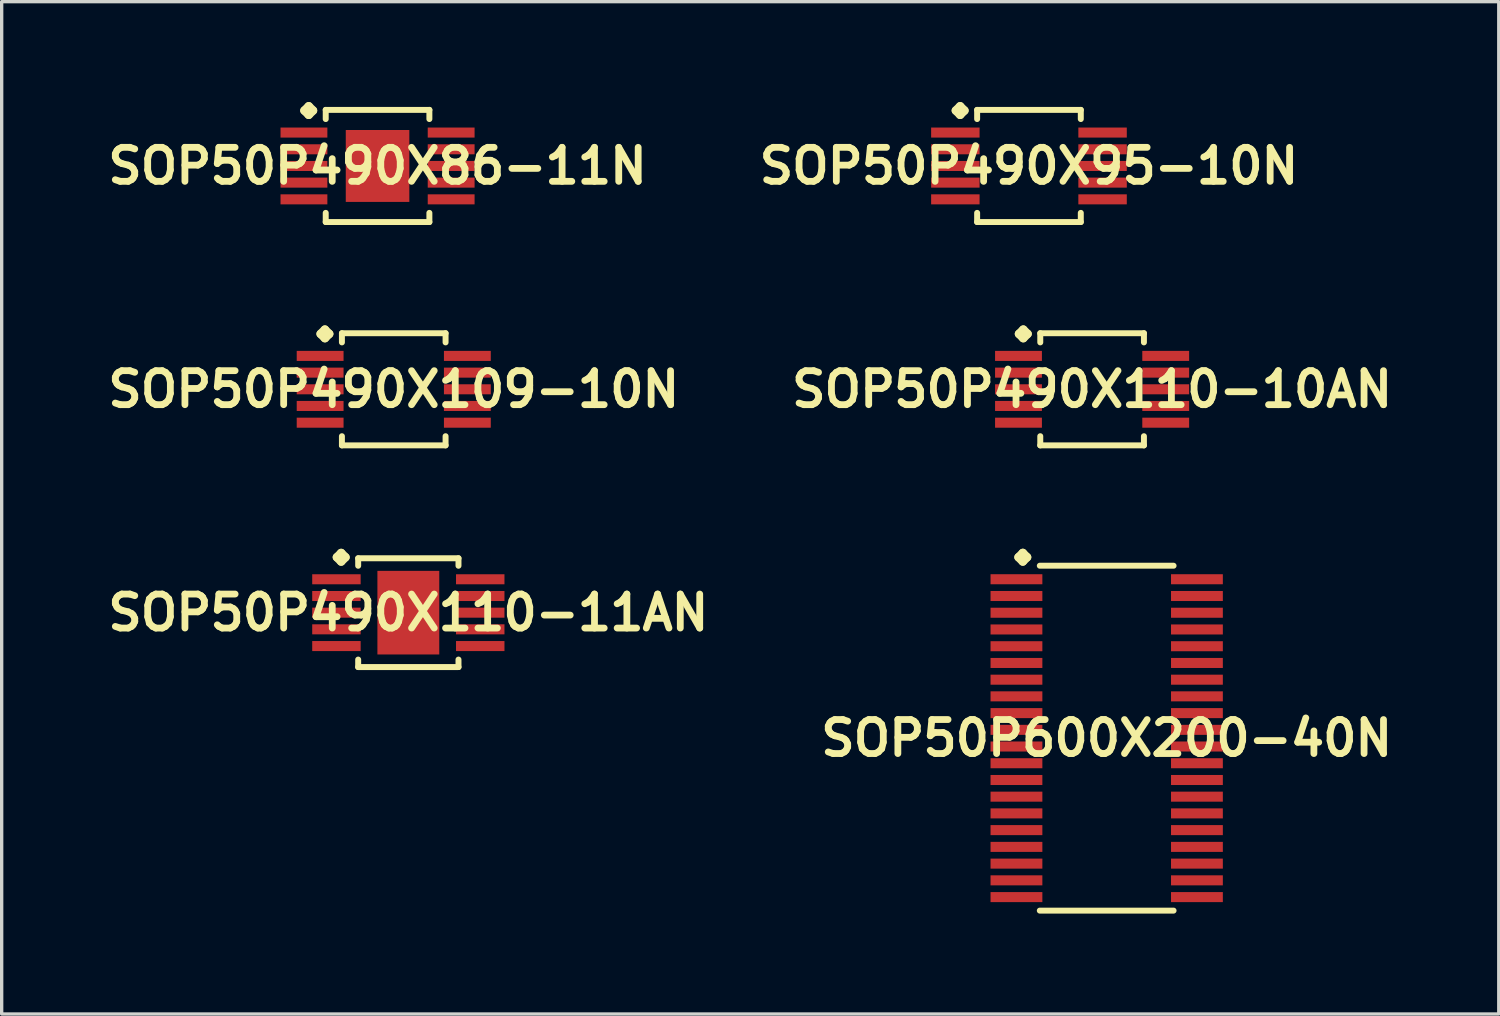
<source format=kicad_pcb>
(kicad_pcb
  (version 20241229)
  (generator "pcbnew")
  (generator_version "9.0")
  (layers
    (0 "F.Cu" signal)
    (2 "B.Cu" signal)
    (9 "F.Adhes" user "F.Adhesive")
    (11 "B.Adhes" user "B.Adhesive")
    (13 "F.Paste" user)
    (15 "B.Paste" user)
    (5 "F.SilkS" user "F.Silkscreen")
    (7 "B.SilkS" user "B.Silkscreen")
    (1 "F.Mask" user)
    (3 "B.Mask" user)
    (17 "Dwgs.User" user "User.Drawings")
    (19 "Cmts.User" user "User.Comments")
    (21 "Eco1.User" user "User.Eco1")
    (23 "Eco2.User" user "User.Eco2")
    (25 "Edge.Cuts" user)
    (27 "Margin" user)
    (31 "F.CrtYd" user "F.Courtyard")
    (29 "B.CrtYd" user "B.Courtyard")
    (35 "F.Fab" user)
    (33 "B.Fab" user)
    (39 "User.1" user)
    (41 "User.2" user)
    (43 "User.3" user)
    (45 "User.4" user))
  (footprint "SOP50P490X110-11AN"
    (layer "F.Cu")
    (at 9.154 15.261)
    (property "Reference" "SOP50P490X110-11AN" (at 0 0 0) (layer "F.SilkS") (effects (font (size 1.016 1.016) (thickness 0.203))))
    (attr smd)
    (fp_line (start -2.134 -1.656) (end -2.007 -1.783) (stroke (width 0.254) (type solid)) (layer "F.SilkS"))
    (fp_line (start -2.007 -1.783) (end -1.88 -1.656) (stroke (width 0.254) (type solid)) (layer "F.SilkS"))
    (fp_line (start -2.007 -1.529) (end -2.134 -1.656) (stroke (width 0.254) (type solid)) (layer "F.SilkS"))
    (fp_line (start -1.88 -1.656) (end -2.007 -1.529) (stroke (width 0.254) (type solid)) (layer "F.SilkS"))
    (fp_line (start -1.499 -1.626) (end 1.499 -1.626) (stroke (width 0.178) (type solid)) (layer "F.SilkS"))
    (fp_line (start -1.499 -1.402) (end -1.499 -1.626) (stroke (width 0.178) (type solid)) (layer "F.SilkS"))
    (fp_line (start -1.499 1.402) (end -1.499 1.626) (stroke (width 0.178) (type solid)) (layer "F.SilkS"))
    (fp_line (start -1.499 1.626) (end 1.499 1.626) (stroke (width 0.178) (type solid)) (layer "F.SilkS"))
    (fp_line (start 1.499 -1.626) (end 1.499 -1.402) (stroke (width 0.178) (type solid)) (layer "F.SilkS"))
    (fp_line (start 1.499 1.626) (end 1.499 1.402) (stroke (width 0.178) (type solid)) (layer "F.SilkS"))
    (pad "1" smd rect (at -2.149 -0.998) (size 1.448 0.3) (layers "F.Cu" "F.Mask" "F.Paste"))
    (pad "2" smd rect (at -2.149 -0.498) (size 1.448 0.3) (layers "F.Cu" "F.Mask" "F.Paste"))
    (pad "3" smd rect (at -2.149 0) (size 1.448 0.3) (layers "F.Cu" "F.Mask" "F.Paste"))
    (pad "4" smd rect (at -2.149 0.498) (size 1.448 0.3) (layers "F.Cu" "F.Mask" "F.Paste"))
    (pad "5" smd rect (at -2.149 0.998) (size 1.448 0.3) (layers "F.Cu" "F.Mask" "F.Paste"))
    (pad "6" smd rect (at 2.149 0.998) (size 1.448 0.3) (layers "F.Cu" "F.Mask" "F.Paste"))
    (pad "7" smd rect (at 2.149 0.498) (size 1.448 0.3) (layers "F.Cu" "F.Mask" "F.Paste"))
    (pad "8" smd rect (at 2.149 0) (size 1.448 0.3) (layers "F.Cu" "F.Mask" "F.Paste"))
    (pad "9" smd rect (at 2.149 -0.498) (size 1.448 0.3) (layers "F.Cu" "F.Mask" "F.Paste"))
    (pad "10" smd rect (at 2.149 -0.998) (size 1.448 0.3) (layers "F.Cu" "F.Mask" "F.Paste"))
    (pad "11" smd rect (at 0 0) (size 1.849 2.499) (layers "F.Cu" "F.Mask" "F.Paste")))
  (footprint "SOP50P490X110-10AN"
    (layer "F.Cu")
    (at 29.59 8.585)
    (property "Reference" "SOP50P490X110-10AN" (at 0 0 0) (layer "F.SilkS") (effects (font (size 1.016 1.016) (thickness 0.203))))
    (attr smd)
    (fp_line (start -2.184 -1.656) (end -2.057 -1.783) (stroke (width 0.254) (type solid)) (layer "F.SilkS"))
    (fp_line (start -2.057 -1.783) (end -1.93 -1.656) (stroke (width 0.254) (type solid)) (layer "F.SilkS"))
    (fp_line (start -2.057 -1.529) (end -2.184 -1.656) (stroke (width 0.254) (type solid)) (layer "F.SilkS"))
    (fp_line (start -1.93 -1.656) (end -2.057 -1.529) (stroke (width 0.254) (type solid)) (layer "F.SilkS"))
    (fp_line (start -1.549 -1.676) (end 1.549 -1.676) (stroke (width 0.178) (type solid)) (layer "F.SilkS"))
    (fp_line (start -1.549 -1.402) (end -1.549 -1.676) (stroke (width 0.178) (type solid)) (layer "F.SilkS"))
    (fp_line (start -1.549 1.402) (end -1.549 1.676) (stroke (width 0.178) (type solid)) (layer "F.SilkS"))
    (fp_line (start -1.549 1.676) (end 1.549 1.676) (stroke (width 0.178) (type solid)) (layer "F.SilkS"))
    (fp_line (start 1.549 -1.676) (end 1.549 -1.402) (stroke (width 0.178) (type solid)) (layer "F.SilkS"))
    (fp_line (start 1.549 1.676) (end 1.549 1.402) (stroke (width 0.178) (type solid)) (layer "F.SilkS"))
    (pad "1" smd rect (at -2.2 -0.998) (size 1.4 0.3) (layers "F.Cu" "F.Mask" "F.Paste"))
    (pad "2" smd rect (at -2.2 -0.498) (size 1.4 0.3) (layers "F.Cu" "F.Mask" "F.Paste"))
    (pad "3" smd rect (at -2.2 0) (size 1.4 0.3) (layers "F.Cu" "F.Mask" "F.Paste"))
    (pad "4" smd rect (at -2.2 0.498) (size 1.4 0.3) (layers "F.Cu" "F.Mask" "F.Paste"))
    (pad "5" smd rect (at -2.2 0.998) (size 1.4 0.3) (layers "F.Cu" "F.Mask" "F.Paste"))
    (pad "6" smd rect (at 2.2 0.998) (size 1.4 0.3) (layers "F.Cu" "F.Mask" "F.Paste"))
    (pad "7" smd rect (at 2.2 0.498) (size 1.4 0.3) (layers "F.Cu" "F.Mask" "F.Paste"))
    (pad "8" smd rect (at 2.2 0) (size 1.4 0.3) (layers "F.Cu" "F.Mask" "F.Paste"))
    (pad "9" smd rect (at 2.2 -0.498) (size 1.4 0.3) (layers "F.Cu" "F.Mask" "F.Paste"))
    (pad "10" smd rect (at 2.2 -0.998) (size 1.4 0.3) (layers "F.Cu" "F.Mask" "F.Paste")))
  (footprint "SOP50P490X95-10N"
    (layer "F.Cu")
    (at 27.703 1.91)
    (property "Reference" "SOP50P490X95-10N" (at 0 0 0) (layer "F.SilkS") (effects (font (size 1.016 1.016) (thickness 0.203))))
    (attr smd)
    (fp_line (start -2.184 -1.656) (end -2.057 -1.783) (stroke (width 0.254) (type solid)) (layer "F.SilkS"))
    (fp_line (start -2.057 -1.783) (end -1.93 -1.656) (stroke (width 0.254) (type solid)) (layer "F.SilkS"))
    (fp_line (start -2.057 -1.529) (end -2.184 -1.656) (stroke (width 0.254) (type solid)) (layer "F.SilkS"))
    (fp_line (start -1.93 -1.656) (end -2.057 -1.529) (stroke (width 0.254) (type solid)) (layer "F.SilkS"))
    (fp_line (start -1.549 -1.676) (end 1.549 -1.676) (stroke (width 0.178) (type solid)) (layer "F.SilkS"))
    (fp_line (start -1.549 -1.402) (end -1.549 -1.676) (stroke (width 0.178) (type solid)) (layer "F.SilkS"))
    (fp_line (start -1.549 1.402) (end -1.549 1.676) (stroke (width 0.178) (type solid)) (layer "F.SilkS"))
    (fp_line (start -1.549 1.676) (end 1.549 1.676) (stroke (width 0.178) (type solid)) (layer "F.SilkS"))
    (fp_line (start 1.549 -1.676) (end 1.549 -1.402) (stroke (width 0.178) (type solid)) (layer "F.SilkS"))
    (fp_line (start 1.549 1.676) (end 1.549 1.402) (stroke (width 0.178) (type solid)) (layer "F.SilkS"))
    (pad "1" smd rect (at -2.2 -0.998) (size 1.448 0.3) (layers "F.Cu" "F.Mask" "F.Paste"))
    (pad "2" smd rect (at -2.2 -0.498) (size 1.448 0.3) (layers "F.Cu" "F.Mask" "F.Paste"))
    (pad "3" smd rect (at -2.2 0) (size 1.448 0.3) (layers "F.Cu" "F.Mask" "F.Paste"))
    (pad "4" smd rect (at -2.2 0.498) (size 1.448 0.3) (layers "F.Cu" "F.Mask" "F.Paste"))
    (pad "5" smd rect (at -2.2 0.998) (size 1.448 0.3) (layers "F.Cu" "F.Mask" "F.Paste"))
    (pad "6" smd rect (at 2.2 0.998) (size 1.448 0.3) (layers "F.Cu" "F.Mask" "F.Paste"))
    (pad "7" smd rect (at 2.2 0.498) (size 1.448 0.3) (layers "F.Cu" "F.Mask" "F.Paste"))
    (pad "8" smd rect (at 2.2 0) (size 1.448 0.3) (layers "F.Cu" "F.Mask" "F.Paste"))
    (pad "9" smd rect (at 2.2 -0.498) (size 1.448 0.3) (layers "F.Cu" "F.Mask" "F.Paste"))
    (pad "10" smd rect (at 2.2 -0.998) (size 1.448 0.3) (layers "F.Cu" "F.Mask" "F.Paste")))
  (footprint "SOP50P600X200-40N"
    (layer "F.Cu")
    (at 30.026 19.012)
    (property "Reference" "SOP50P600X200-40N" (at 0 0 0) (layer "F.SilkS") (effects (font (size 1.016 1.016) (thickness 0.203))))
    (attr smd)
    (fp_line (start -2.634 -5.408) (end -2.507 -5.535) (stroke (width 0.254) (type solid)) (layer "F.SilkS"))
    (fp_line (start -2.507 -5.535) (end -2.38 -5.408) (stroke (width 0.254) (type solid)) (layer "F.SilkS"))
    (fp_line (start -2.507 -5.281) (end -2.634 -5.408) (stroke (width 0.254) (type solid)) (layer "F.SilkS"))
    (fp_line (start -2.38 -5.408) (end -2.507 -5.281) (stroke (width 0.254) (type solid)) (layer "F.SilkS"))
    (fp_line (start -1.999 -5.154) (end 1.999 -5.154) (stroke (width 0.178) (type solid)) (layer "F.SilkS"))
    (fp_line (start -1.999 5.154) (end 1.999 5.154) (stroke (width 0.178) (type solid)) (layer "F.SilkS"))
    (pad "1" smd rect (at -2.697 -4.75) (size 1.549 0.3) (layers "F.Cu" "F.Mask" "F.Paste"))
    (pad "2" smd rect (at -2.697 -4.249) (size 1.549 0.3) (layers "F.Cu" "F.Mask" "F.Paste"))
    (pad "3" smd rect (at -2.697 -3.749) (size 1.549 0.3) (layers "F.Cu" "F.Mask" "F.Paste"))
    (pad "4" smd rect (at -2.697 -3.249) (size 1.549 0.3) (layers "F.Cu" "F.Mask" "F.Paste"))
    (pad "5" smd rect (at -2.697 -2.748) (size 1.549 0.3) (layers "F.Cu" "F.Mask" "F.Paste"))
    (pad "6" smd rect (at -2.697 -2.248) (size 1.549 0.3) (layers "F.Cu" "F.Mask" "F.Paste"))
    (pad "7" smd rect (at -2.697 -1.748) (size 1.549 0.3) (layers "F.Cu" "F.Mask" "F.Paste"))
    (pad "8" smd rect (at -2.697 -1.25) (size 1.549 0.3) (layers "F.Cu" "F.Mask" "F.Paste"))
    (pad "9" smd rect (at -2.697 -0.749) (size 1.549 0.3) (layers "F.Cu" "F.Mask" "F.Paste"))
    (pad "10" smd rect (at -2.697 -0.249) (size 1.549 0.3) (layers "F.Cu" "F.Mask" "F.Paste"))
    (pad "11" smd rect (at -2.697 0.249) (size 1.549 0.3) (layers "F.Cu" "F.Mask" "F.Paste"))
    (pad "12" smd rect (at -2.697 0.749) (size 1.549 0.3) (layers "F.Cu" "F.Mask" "F.Paste"))
    (pad "13" smd rect (at -2.697 1.25) (size 1.549 0.3) (layers "F.Cu" "F.Mask" "F.Paste"))
    (pad "14" smd rect (at -2.697 1.748) (size 1.549 0.3) (layers "F.Cu" "F.Mask" "F.Paste"))
    (pad "15" smd rect (at -2.697 2.248) (size 1.549 0.3) (layers "F.Cu" "F.Mask" "F.Paste"))
    (pad "16" smd rect (at -2.697 2.748) (size 1.549 0.3) (layers "F.Cu" "F.Mask" "F.Paste"))
    (pad "17" smd rect (at -2.697 3.249) (size 1.549 0.3) (layers "F.Cu" "F.Mask" "F.Paste"))
    (pad "18" smd rect (at -2.697 3.749) (size 1.549 0.3) (layers "F.Cu" "F.Mask" "F.Paste"))
    (pad "19" smd rect (at -2.697 4.249) (size 1.549 0.3) (layers "F.Cu" "F.Mask" "F.Paste"))
    (pad "20" smd rect (at -2.697 4.75) (size 1.549 0.3) (layers "F.Cu" "F.Mask" "F.Paste"))
    (pad "21" smd rect (at 2.697 4.75) (size 1.549 0.3) (layers "F.Cu" "F.Mask" "F.Paste"))
    (pad "22" smd rect (at 2.697 4.249) (size 1.549 0.3) (layers "F.Cu" "F.Mask" "F.Paste"))
    (pad "23" smd rect (at 2.697 3.749) (size 1.549 0.3) (layers "F.Cu" "F.Mask" "F.Paste"))
    (pad "24" smd rect (at 2.697 3.249) (size 1.549 0.3) (layers "F.Cu" "F.Mask" "F.Paste"))
    (pad "25" smd rect (at 2.697 2.748) (size 1.549 0.3) (layers "F.Cu" "F.Mask" "F.Paste"))
    (pad "26" smd rect (at 2.697 2.248) (size 1.549 0.3) (layers "F.Cu" "F.Mask" "F.Paste"))
    (pad "27" smd rect (at 2.697 1.748) (size 1.549 0.3) (layers "F.Cu" "F.Mask" "F.Paste"))
    (pad "28" smd rect (at 2.697 1.25) (size 1.549 0.3) (layers "F.Cu" "F.Mask" "F.Paste"))
    (pad "29" smd rect (at 2.697 0.749) (size 1.549 0.3) (layers "F.Cu" "F.Mask" "F.Paste"))
    (pad "30" smd rect (at 2.697 0.249) (size 1.549 0.3) (layers "F.Cu" "F.Mask" "F.Paste"))
    (pad "31" smd rect (at 2.697 -0.249) (size 1.549 0.3) (layers "F.Cu" "F.Mask" "F.Paste"))
    (pad "32" smd rect (at 2.697 -0.749) (size 1.549 0.3) (layers "F.Cu" "F.Mask" "F.Paste"))
    (pad "33" smd rect (at 2.697 -1.25) (size 1.549 0.3) (layers "F.Cu" "F.Mask" "F.Paste"))
    (pad "34" smd rect (at 2.697 -1.748) (size 1.549 0.3) (layers "F.Cu" "F.Mask" "F.Paste"))
    (pad "35" smd rect (at 2.697 -2.248) (size 1.549 0.3) (layers "F.Cu" "F.Mask" "F.Paste"))
    (pad "36" smd rect (at 2.697 -2.748) (size 1.549 0.3) (layers "F.Cu" "F.Mask" "F.Paste"))
    (pad "37" smd rect (at 2.697 -3.249) (size 1.549 0.3) (layers "F.Cu" "F.Mask" "F.Paste"))
    (pad "38" smd rect (at 2.697 -3.749) (size 1.549 0.3) (layers "F.Cu" "F.Mask" "F.Paste"))
    (pad "39" smd rect (at 2.697 -4.249) (size 1.549 0.3) (layers "F.Cu" "F.Mask" "F.Paste"))
    (pad "40" smd rect (at 2.697 -4.75) (size 1.549 0.3) (layers "F.Cu" "F.Mask" "F.Paste")))
  (footprint "SOP50P490X109-10N"
    (layer "F.Cu")
    (at 8.718 8.585)
    (property "Reference" "SOP50P490X109-10N" (at 0 0 0) (layer "F.SilkS") (effects (font (size 1.016 1.016) (thickness 0.203))))
    (attr smd)
    (fp_line (start -2.184 -1.656) (end -2.057 -1.783) (stroke (width 0.254) (type solid)) (layer "F.SilkS"))
    (fp_line (start -2.057 -1.783) (end -1.93 -1.656) (stroke (width 0.254) (type solid)) (layer "F.SilkS"))
    (fp_line (start -2.057 -1.529) (end -2.184 -1.656) (stroke (width 0.254) (type solid)) (layer "F.SilkS"))
    (fp_line (start -1.93 -1.656) (end -2.057 -1.529) (stroke (width 0.254) (type solid)) (layer "F.SilkS"))
    (fp_line (start -1.549 -1.676) (end 1.549 -1.676) (stroke (width 0.178) (type solid)) (layer "F.SilkS"))
    (fp_line (start -1.549 -1.402) (end -1.549 -1.676) (stroke (width 0.178) (type solid)) (layer "F.SilkS"))
    (fp_line (start -1.549 1.402) (end -1.549 1.676) (stroke (width 0.178) (type solid)) (layer "F.SilkS"))
    (fp_line (start -1.549 1.676) (end 1.549 1.676) (stroke (width 0.178) (type solid)) (layer "F.SilkS"))
    (fp_line (start 1.549 -1.676) (end 1.549 -1.402) (stroke (width 0.178) (type solid)) (layer "F.SilkS"))
    (fp_line (start 1.549 1.676) (end 1.549 1.402) (stroke (width 0.178) (type solid)) (layer "F.SilkS"))
    (pad "1" smd rect (at -2.2 -0.998) (size 1.4 0.3) (layers "F.Cu" "F.Mask" "F.Paste"))
    (pad "2" smd rect (at -2.2 -0.498) (size 1.4 0.3) (layers "F.Cu" "F.Mask" "F.Paste"))
    (pad "3" smd rect (at -2.2 0) (size 1.4 0.3) (layers "F.Cu" "F.Mask" "F.Paste"))
    (pad "4" smd rect (at -2.2 0.498) (size 1.4 0.3) (layers "F.Cu" "F.Mask" "F.Paste"))
    (pad "5" smd rect (at -2.2 0.998) (size 1.4 0.3) (layers "F.Cu" "F.Mask" "F.Paste"))
    (pad "6" smd rect (at 2.2 0.998) (size 1.4 0.3) (layers "F.Cu" "F.Mask" "F.Paste"))
    (pad "7" smd rect (at 2.2 0.498) (size 1.4 0.3) (layers "F.Cu" "F.Mask" "F.Paste"))
    (pad "8" smd rect (at 2.2 0) (size 1.4 0.3) (layers "F.Cu" "F.Mask" "F.Paste"))
    (pad "9" smd rect (at 2.2 -0.498) (size 1.4 0.3) (layers "F.Cu" "F.Mask" "F.Paste"))
    (pad "10" smd rect (at 2.2 -0.998) (size 1.4 0.3) (layers "F.Cu" "F.Mask" "F.Paste")))
  (footprint "SOP50P490X86-11N"
    (layer "F.Cu")
    (at 8.234 1.91)
    (property "Reference" "SOP50P490X86-11N" (at 0 0 0) (layer "F.SilkS") (effects (font (size 1.016 1.016) (thickness 0.203))))
    (attr smd)
    (fp_line (start -2.184 -1.656) (end -2.057 -1.783) (stroke (width 0.254) (type solid)) (layer "F.SilkS"))
    (fp_line (start -2.057 -1.783) (end -1.93 -1.656) (stroke (width 0.254) (type solid)) (layer "F.SilkS"))
    (fp_line (start -2.057 -1.529) (end -2.184 -1.656) (stroke (width 0.254) (type solid)) (layer "F.SilkS"))
    (fp_line (start -1.93 -1.656) (end -2.057 -1.529) (stroke (width 0.254) (type solid)) (layer "F.SilkS"))
    (fp_line (start -1.549 -1.676) (end 1.549 -1.676) (stroke (width 0.178) (type solid)) (layer "F.SilkS"))
    (fp_line (start -1.549 -1.402) (end -1.549 -1.676) (stroke (width 0.178) (type solid)) (layer "F.SilkS"))
    (fp_line (start -1.549 1.402) (end -1.549 1.676) (stroke (width 0.178) (type solid)) (layer "F.SilkS"))
    (fp_line (start -1.549 1.676) (end 1.549 1.676) (stroke (width 0.178) (type solid)) (layer "F.SilkS"))
    (fp_line (start 1.549 -1.676) (end 1.549 -1.402) (stroke (width 0.178) (type solid)) (layer "F.SilkS"))
    (fp_line (start 1.549 1.676) (end 1.549 1.402) (stroke (width 0.178) (type solid)) (layer "F.SilkS"))
    (pad "1" smd rect (at -2.2 -0.998) (size 1.4 0.3) (layers "F.Cu" "F.Mask" "F.Paste"))
    (pad "2" smd rect (at -2.2 -0.498) (size 1.4 0.3) (layers "F.Cu" "F.Mask" "F.Paste"))
    (pad "3" smd rect (at -2.2 0) (size 1.4 0.3) (layers "F.Cu" "F.Mask" "F.Paste"))
    (pad "4" smd rect (at -2.2 0.498) (size 1.4 0.3) (layers "F.Cu" "F.Mask" "F.Paste"))
    (pad "5" smd rect (at -2.2 0.998) (size 1.4 0.3) (layers "F.Cu" "F.Mask" "F.Paste"))
    (pad "6" smd rect (at 2.2 0.998) (size 1.4 0.3) (layers "F.Cu" "F.Mask" "F.Paste"))
    (pad "7" smd rect (at 2.2 0.498) (size 1.4 0.3) (layers "F.Cu" "F.Mask" "F.Paste"))
    (pad "8" smd rect (at 2.2 0) (size 1.4 0.3) (layers "F.Cu" "F.Mask" "F.Paste"))
    (pad "9" smd rect (at 2.2 -0.498) (size 1.4 0.3) (layers "F.Cu" "F.Mask" "F.Paste"))
    (pad "10" smd rect (at 2.2 -0.998) (size 1.4 0.3) (layers "F.Cu" "F.Mask" "F.Paste"))
    (pad "11" smd rect (at 0 0) (size 1.9 2.149) (layers "F.Cu" "F.Mask" "F.Paste")))
  (gr_rect
    (start -3 -3)
    (end 41.744 27.255)
    (stroke (width 0.1) (type default))
    (fill no)
    (layer "Edge.Cuts")))
</source>
